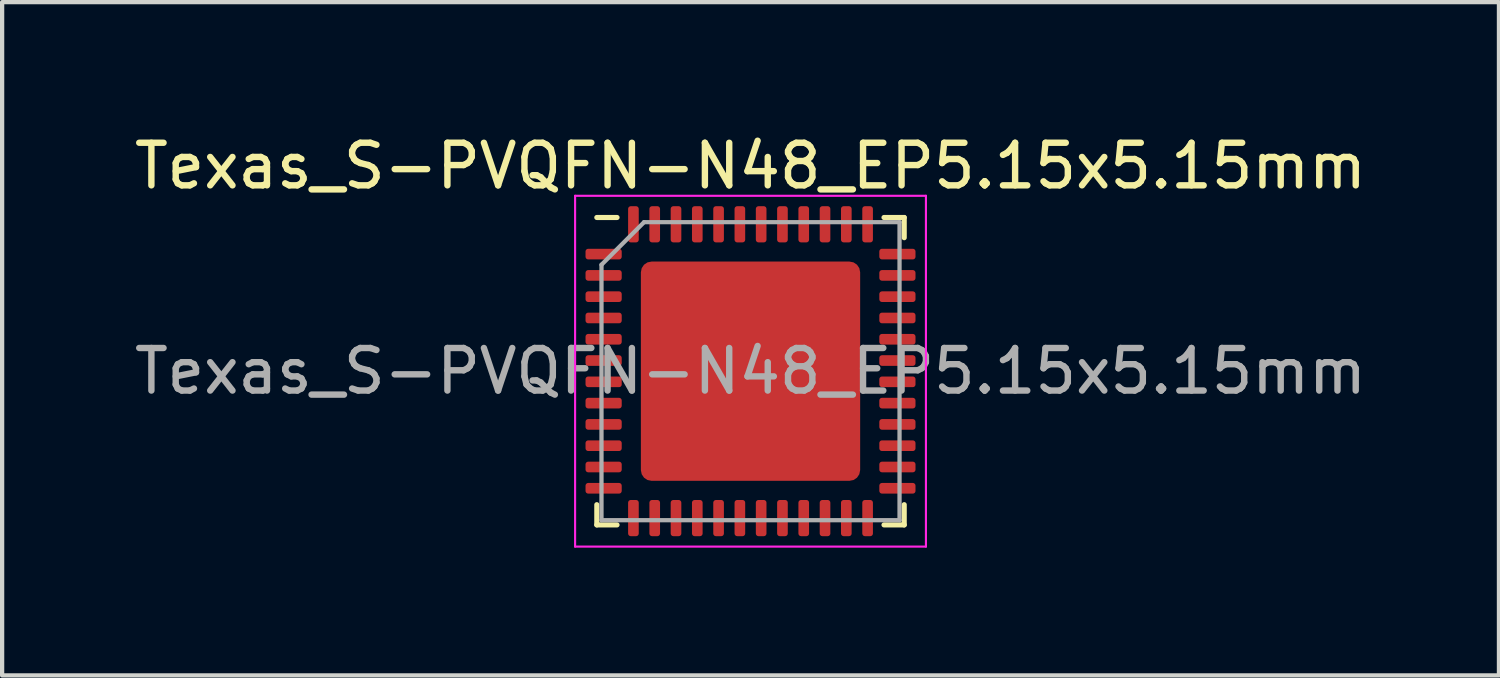
<source format=kicad_pcb>
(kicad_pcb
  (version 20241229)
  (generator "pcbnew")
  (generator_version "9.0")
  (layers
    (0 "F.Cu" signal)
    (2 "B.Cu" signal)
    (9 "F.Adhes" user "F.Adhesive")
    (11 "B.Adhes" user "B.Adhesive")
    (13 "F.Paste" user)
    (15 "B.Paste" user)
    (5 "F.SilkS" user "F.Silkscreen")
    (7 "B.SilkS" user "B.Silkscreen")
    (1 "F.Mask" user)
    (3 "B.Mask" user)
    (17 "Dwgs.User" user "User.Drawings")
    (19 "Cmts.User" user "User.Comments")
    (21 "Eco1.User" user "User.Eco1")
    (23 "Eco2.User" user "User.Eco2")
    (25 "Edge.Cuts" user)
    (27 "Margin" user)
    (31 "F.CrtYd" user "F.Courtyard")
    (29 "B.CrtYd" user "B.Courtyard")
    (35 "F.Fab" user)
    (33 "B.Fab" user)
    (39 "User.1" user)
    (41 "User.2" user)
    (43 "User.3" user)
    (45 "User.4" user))
  (footprint "Texas_S-PVQFN-N48_EP5.15x5.15mm"
    (layer "F.Cu")
    (at 14.577 5.668)
    (property "Reference" "Texas_S-PVQFN-N48_EP5.15x5.15mm" (at 0 -4.82 0) (layer "F.SilkS") (effects (font (size 1 1) (thickness 0.15))))
    (attr smd)
    (fp_line (start -3.61 3.61) (end -3.61 3.135) (stroke (width 0.12) (type solid)) (layer "F.SilkS"))
    (fp_line (start -3.135 -3.61) (end -3.61 -3.61) (stroke (width 0.12) (type solid)) (layer "F.SilkS"))
    (fp_line (start -3.135 3.61) (end -3.61 3.61) (stroke (width 0.12) (type solid)) (layer "F.SilkS"))
    (fp_line (start 3.135 -3.61) (end 3.61 -3.61) (stroke (width 0.12) (type solid)) (layer "F.SilkS"))
    (fp_line (start 3.135 3.61) (end 3.61 3.61) (stroke (width 0.12) (type solid)) (layer "F.SilkS"))
    (fp_line (start 3.61 -3.61) (end 3.61 -3.135) (stroke (width 0.12) (type solid)) (layer "F.SilkS"))
    (fp_line (start 3.61 3.61) (end 3.61 3.135) (stroke (width 0.12) (type solid)) (layer "F.SilkS"))
    (fp_line (start -4.12 -4.12) (end -4.12 4.12) (stroke (width 0.05) (type solid)) (layer "F.CrtYd"))
    (fp_line (start -4.12 4.12) (end 4.12 4.12) (stroke (width 0.05) (type solid)) (layer "F.CrtYd"))
    (fp_line (start 4.12 -4.12) (end -4.12 -4.12) (stroke (width 0.05) (type solid)) (layer "F.CrtYd"))
    (fp_line (start 4.12 4.12) (end 4.12 -4.12) (stroke (width 0.05) (type solid)) (layer "F.CrtYd"))
    (fp_line (start -3.5 -2.5) (end -2.5 -3.5) (stroke (width 0.1) (type solid)) (layer "F.Fab"))
    (fp_line (start -3.5 3.5) (end -3.5 -2.5) (stroke (width 0.1) (type solid)) (layer "F.Fab"))
    (fp_line (start -2.5 -3.5) (end 3.5 -3.5) (stroke (width 0.1) (type solid)) (layer "F.Fab"))
    (fp_line (start 3.5 -3.5) (end 3.5 3.5) (stroke (width 0.1) (type solid)) (layer "F.Fab"))
    (fp_line (start 3.5 3.5) (end -3.5 3.5) (stroke (width 0.1) (type solid)) (layer "F.Fab"))
    (fp_text user "${REFERENCE}" (at 0 0 0) (layer "F.Fab") (effects (font (size 1 1) (thickness 0.15))))
    (pad "" smd roundrect (at -1.935 -1.935) (size 1.04 1.04) (layers "F.Paste") (roundrect_rratio 0.24))
    (pad "" smd roundrect (at -1.935 -0.645) (size 1.04 1.04) (layers "F.Paste") (roundrect_rratio 0.24))
    (pad "" smd roundrect (at -1.935 0.645) (size 1.04 1.04) (layers "F.Paste") (roundrect_rratio 0.24))
    (pad "" smd roundrect (at -1.935 1.935) (size 1.04 1.04) (layers "F.Paste") (roundrect_rratio 0.24))
    (pad "" smd roundrect (at -0.645 -1.935) (size 1.04 1.04) (layers "F.Paste") (roundrect_rratio 0.24))
    (pad "" smd roundrect (at -0.645 -0.645) (size 1.04 1.04) (layers "F.Paste") (roundrect_rratio 0.24))
    (pad "" smd roundrect (at -0.645 0.645) (size 1.04 1.04) (layers "F.Paste") (roundrect_rratio 0.24))
    (pad "" smd roundrect (at -0.645 1.935) (size 1.04 1.04) (layers "F.Paste") (roundrect_rratio 0.24))
    (pad "" smd roundrect (at 0.645 -1.935) (size 1.04 1.04) (layers "F.Paste") (roundrect_rratio 0.24))
    (pad "" smd roundrect (at 0.645 -0.645) (size 1.04 1.04) (layers "F.Paste") (roundrect_rratio 0.24))
    (pad "" smd roundrect (at 0.645 0.645) (size 1.04 1.04) (layers "F.Paste") (roundrect_rratio 0.24))
    (pad "" smd roundrect (at 0.645 1.935) (size 1.04 1.04) (layers "F.Paste") (roundrect_rratio 0.24))
    (pad "" smd roundrect (at 1.935 -1.935) (size 1.04 1.04) (layers "F.Paste") (roundrect_rratio 0.24))
    (pad "" smd roundrect (at 1.935 -0.645) (size 1.04 1.04) (layers "F.Paste") (roundrect_rratio 0.24))
    (pad "" smd roundrect (at 1.935 0.645) (size 1.04 1.04) (layers "F.Paste") (roundrect_rratio 0.24))
    (pad "" smd roundrect (at 1.935 1.935) (size 1.04 1.04) (layers "F.Paste") (roundrect_rratio 0.24))
    (pad "1" smd roundrect (at -3.45 -2.75) (size 0.85 0.25) (layers "F.Cu" "F.Mask" "F.Paste") (roundrect_rratio 0.25))
    (pad "2" smd roundrect (at -3.45 -2.25) (size 0.85 0.25) (layers "F.Cu" "F.Mask" "F.Paste") (roundrect_rratio 0.25))
    (pad "3" smd roundrect (at -3.45 -1.75) (size 0.85 0.25) (layers "F.Cu" "F.Mask" "F.Paste") (roundrect_rratio 0.25))
    (pad "4" smd roundrect (at -3.45 -1.25) (size 0.85 0.25) (layers "F.Cu" "F.Mask" "F.Paste") (roundrect_rratio 0.25))
    (pad "5" smd roundrect (at -3.45 -0.75) (size 0.85 0.25) (layers "F.Cu" "F.Mask" "F.Paste") (roundrect_rratio 0.25))
    (pad "6" smd roundrect (at -3.45 -0.25) (size 0.85 0.25) (layers "F.Cu" "F.Mask" "F.Paste") (roundrect_rratio 0.25))
    (pad "7" smd roundrect (at -3.45 0.25) (size 0.85 0.25) (layers "F.Cu" "F.Mask" "F.Paste") (roundrect_rratio 0.25))
    (pad "8" smd roundrect (at -3.45 0.75) (size 0.85 0.25) (layers "F.Cu" "F.Mask" "F.Paste") (roundrect_rratio 0.25))
    (pad "9" smd roundrect (at -3.45 1.25) (size 0.85 0.25) (layers "F.Cu" "F.Mask" "F.Paste") (roundrect_rratio 0.25))
    (pad "10" smd roundrect (at -3.45 1.75) (size 0.85 0.25) (layers "F.Cu" "F.Mask" "F.Paste") (roundrect_rratio 0.25))
    (pad "11" smd roundrect (at -3.45 2.25) (size 0.85 0.25) (layers "F.Cu" "F.Mask" "F.Paste") (roundrect_rratio 0.25))
    (pad "12" smd roundrect (at -3.45 2.75) (size 0.85 0.25) (layers "F.Cu" "F.Mask" "F.Paste") (roundrect_rratio 0.25))
    (pad "13" smd roundrect (at -2.75 3.45) (size 0.25 0.85) (layers "F.Cu" "F.Mask" "F.Paste") (roundrect_rratio 0.25))
    (pad "14" smd roundrect (at -2.25 3.45) (size 0.25 0.85) (layers "F.Cu" "F.Mask" "F.Paste") (roundrect_rratio 0.25))
    (pad "15" smd roundrect (at -1.75 3.45) (size 0.25 0.85) (layers "F.Cu" "F.Mask" "F.Paste") (roundrect_rratio 0.25))
    (pad "16" smd roundrect (at -1.25 3.45) (size 0.25 0.85) (layers "F.Cu" "F.Mask" "F.Paste") (roundrect_rratio 0.25))
    (pad "17" smd roundrect (at -0.75 3.45) (size 0.25 0.85) (layers "F.Cu" "F.Mask" "F.Paste") (roundrect_rratio 0.25))
    (pad "18" smd roundrect (at -0.25 3.45) (size 0.25 0.85) (layers "F.Cu" "F.Mask" "F.Paste") (roundrect_rratio 0.25))
    (pad "19" smd roundrect (at 0.25 3.45) (size 0.25 0.85) (layers "F.Cu" "F.Mask" "F.Paste") (roundrect_rratio 0.25))
    (pad "20" smd roundrect (at 0.75 3.45) (size 0.25 0.85) (layers "F.Cu" "F.Mask" "F.Paste") (roundrect_rratio 0.25))
    (pad "21" smd roundrect (at 1.25 3.45) (size 0.25 0.85) (layers "F.Cu" "F.Mask" "F.Paste") (roundrect_rratio 0.25))
    (pad "22" smd roundrect (at 1.75 3.45) (size 0.25 0.85) (layers "F.Cu" "F.Mask" "F.Paste") (roundrect_rratio 0.25))
    (pad "23" smd roundrect (at 2.25 3.45) (size 0.25 0.85) (layers "F.Cu" "F.Mask" "F.Paste") (roundrect_rratio 0.25))
    (pad "24" smd roundrect (at 2.75 3.45) (size 0.25 0.85) (layers "F.Cu" "F.Mask" "F.Paste") (roundrect_rratio 0.25))
    (pad "25" smd roundrect (at 3.45 2.75) (size 0.85 0.25) (layers "F.Cu" "F.Mask" "F.Paste") (roundrect_rratio 0.25))
    (pad "26" smd roundrect (at 3.45 2.25) (size 0.85 0.25) (layers "F.Cu" "F.Mask" "F.Paste") (roundrect_rratio 0.25))
    (pad "27" smd roundrect (at 3.45 1.75) (size 0.85 0.25) (layers "F.Cu" "F.Mask" "F.Paste") (roundrect_rratio 0.25))
    (pad "28" smd roundrect (at 3.45 1.25) (size 0.85 0.25) (layers "F.Cu" "F.Mask" "F.Paste") (roundrect_rratio 0.25))
    (pad "29" smd roundrect (at 3.45 0.75) (size 0.85 0.25) (layers "F.Cu" "F.Mask" "F.Paste") (roundrect_rratio 0.25))
    (pad "30" smd roundrect (at 3.45 0.25) (size 0.85 0.25) (layers "F.Cu" "F.Mask" "F.Paste") (roundrect_rratio 0.25))
    (pad "31" smd roundrect (at 3.45 -0.25) (size 0.85 0.25) (layers "F.Cu" "F.Mask" "F.Paste") (roundrect_rratio 0.25))
    (pad "32" smd roundrect (at 3.45 -0.75) (size 0.85 0.25) (layers "F.Cu" "F.Mask" "F.Paste") (roundrect_rratio 0.25))
    (pad "33" smd roundrect (at 3.45 -1.25) (size 0.85 0.25) (layers "F.Cu" "F.Mask" "F.Paste") (roundrect_rratio 0.25))
    (pad "34" smd roundrect (at 3.45 -1.75) (size 0.85 0.25) (layers "F.Cu" "F.Mask" "F.Paste") (roundrect_rratio 0.25))
    (pad "35" smd roundrect (at 3.45 -2.25) (size 0.85 0.25) (layers "F.Cu" "F.Mask" "F.Paste") (roundrect_rratio 0.25))
    (pad "36" smd roundrect (at 3.45 -2.75) (size 0.85 0.25) (layers "F.Cu" "F.Mask" "F.Paste") (roundrect_rratio 0.25))
    (pad "37" smd roundrect (at 2.75 -3.45) (size 0.25 0.85) (layers "F.Cu" "F.Mask" "F.Paste") (roundrect_rratio 0.25))
    (pad "38" smd roundrect (at 2.25 -3.45) (size 0.25 0.85) (layers "F.Cu" "F.Mask" "F.Paste") (roundrect_rratio 0.25))
    (pad "39" smd roundrect (at 1.75 -3.45) (size 0.25 0.85) (layers "F.Cu" "F.Mask" "F.Paste") (roundrect_rratio 0.25))
    (pad "40" smd roundrect (at 1.25 -3.45) (size 0.25 0.85) (layers "F.Cu" "F.Mask" "F.Paste") (roundrect_rratio 0.25))
    (pad "41" smd roundrect (at 0.75 -3.45) (size 0.25 0.85) (layers "F.Cu" "F.Mask" "F.Paste") (roundrect_rratio 0.25))
    (pad "42" smd roundrect (at 0.25 -3.45) (size 0.25 0.85) (layers "F.Cu" "F.Mask" "F.Paste") (roundrect_rratio 0.25))
    (pad "43" smd roundrect (at -0.25 -3.45) (size 0.25 0.85) (layers "F.Cu" "F.Mask" "F.Paste") (roundrect_rratio 0.25))
    (pad "44" smd roundrect (at -0.75 -3.45) (size 0.25 0.85) (layers "F.Cu" "F.Mask" "F.Paste") (roundrect_rratio 0.25))
    (pad "45" smd roundrect (at -1.25 -3.45) (size 0.25 0.85) (layers "F.Cu" "F.Mask" "F.Paste") (roundrect_rratio 0.25))
    (pad "46" smd roundrect (at -1.75 -3.45) (size 0.25 0.85) (layers "F.Cu" "F.Mask" "F.Paste") (roundrect_rratio 0.25))
    (pad "47" smd roundrect (at -2.25 -3.45) (size 0.25 0.85) (layers "F.Cu" "F.Mask" "F.Paste") (roundrect_rratio 0.25))
    (pad "48" smd roundrect (at -2.75 -3.45) (size 0.25 0.85) (layers "F.Cu" "F.Mask" "F.Paste") (roundrect_rratio 0.25))
    (pad "49" smd roundrect (at 0 0) (size 5.15 5.15) (layers "F.Cu" "F.Mask") (roundrect_rratio 0.049)))
  (gr_rect
    (start -3 -3)
    (end 32.155 12.813)
    (stroke (width 0.1) (type default))
    (fill no)
    (layer "Edge.Cuts")))
</source>
